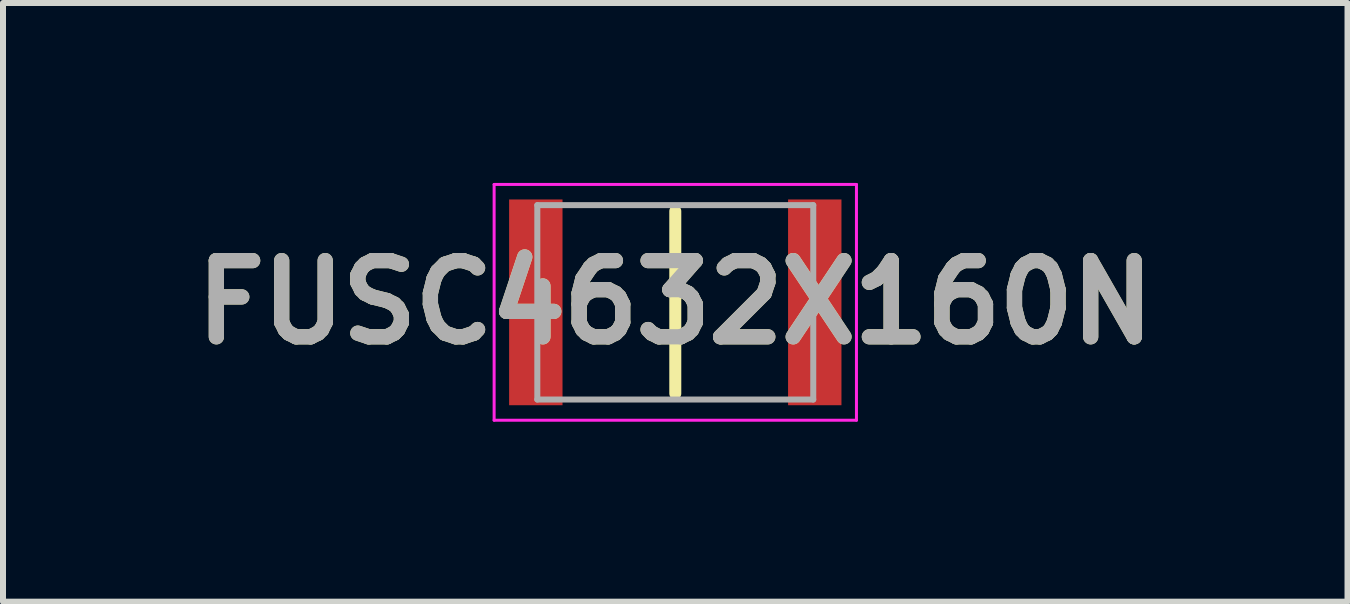
<source format=kicad_pcb>
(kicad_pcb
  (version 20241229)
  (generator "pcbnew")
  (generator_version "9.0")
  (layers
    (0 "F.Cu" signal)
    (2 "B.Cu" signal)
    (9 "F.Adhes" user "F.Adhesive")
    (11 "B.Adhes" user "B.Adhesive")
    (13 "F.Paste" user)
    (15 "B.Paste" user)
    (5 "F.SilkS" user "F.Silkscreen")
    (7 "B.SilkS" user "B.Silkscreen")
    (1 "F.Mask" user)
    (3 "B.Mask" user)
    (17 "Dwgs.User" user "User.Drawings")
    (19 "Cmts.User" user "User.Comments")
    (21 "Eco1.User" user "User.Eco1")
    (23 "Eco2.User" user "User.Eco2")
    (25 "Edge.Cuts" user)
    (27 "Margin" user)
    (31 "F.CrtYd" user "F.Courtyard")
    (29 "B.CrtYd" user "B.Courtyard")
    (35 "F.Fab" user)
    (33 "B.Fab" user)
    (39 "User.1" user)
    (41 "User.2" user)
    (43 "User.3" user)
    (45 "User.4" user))
  (footprint "FUSC4632X160N"
    (layer "F.Cu")
    (at 8.207 1.99)
    (property "Reference" "FUSC4632X160N" (at 0 0 0) (layer "F.SilkS") (effects (font (size 1.27 1.27) (thickness 0.254))))
    (attr smd)
    (fp_line (start 0 -1.52) (end 0 1.52) (stroke (width 0.2) (type solid)) (layer "F.SilkS"))
    (fp_line (start -3.02 -1.965) (end 3.02 -1.965) (stroke (width 0.05) (type solid)) (layer "F.CrtYd"))
    (fp_line (start -3.02 1.965) (end -3.02 -1.965) (stroke (width 0.05) (type solid)) (layer "F.CrtYd"))
    (fp_line (start 3.02 -1.965) (end 3.02 1.965) (stroke (width 0.05) (type solid)) (layer "F.CrtYd"))
    (fp_line (start 3.02 1.965) (end -3.02 1.965) (stroke (width 0.05) (type solid)) (layer "F.CrtYd"))
    (fp_line (start -2.3 -1.62) (end 2.3 -1.62) (stroke (width 0.1) (type solid)) (layer "F.Fab"))
    (fp_line (start -2.3 1.62) (end -2.3 -1.62) (stroke (width 0.1) (type solid)) (layer "F.Fab"))
    (fp_line (start 2.3 -1.62) (end 2.3 1.62) (stroke (width 0.1) (type solid)) (layer "F.Fab"))
    (fp_line (start 2.3 1.62) (end -2.3 1.62) (stroke (width 0.1) (type solid)) (layer "F.Fab"))
    (fp_text user "${REFERENCE}" (at 0 0 0) (layer "F.Fab") (effects (font (size 1.27 1.27) (thickness 0.254))))
    (pad "1" smd rect (at -2.325 0) (size 0.89 3.43) (layers "F.Cu" "F.Mask" "F.Paste"))
    (pad "2" smd rect (at 2.325 0) (size 0.89 3.43) (layers "F.Cu" "F.Mask" "F.Paste")))
  (gr_rect
    (start -3 -3)
    (end 19.413 6.98)
    (stroke (width 0.1) (type default))
    (fill no)
    (layer "Edge.Cuts")))
</source>
